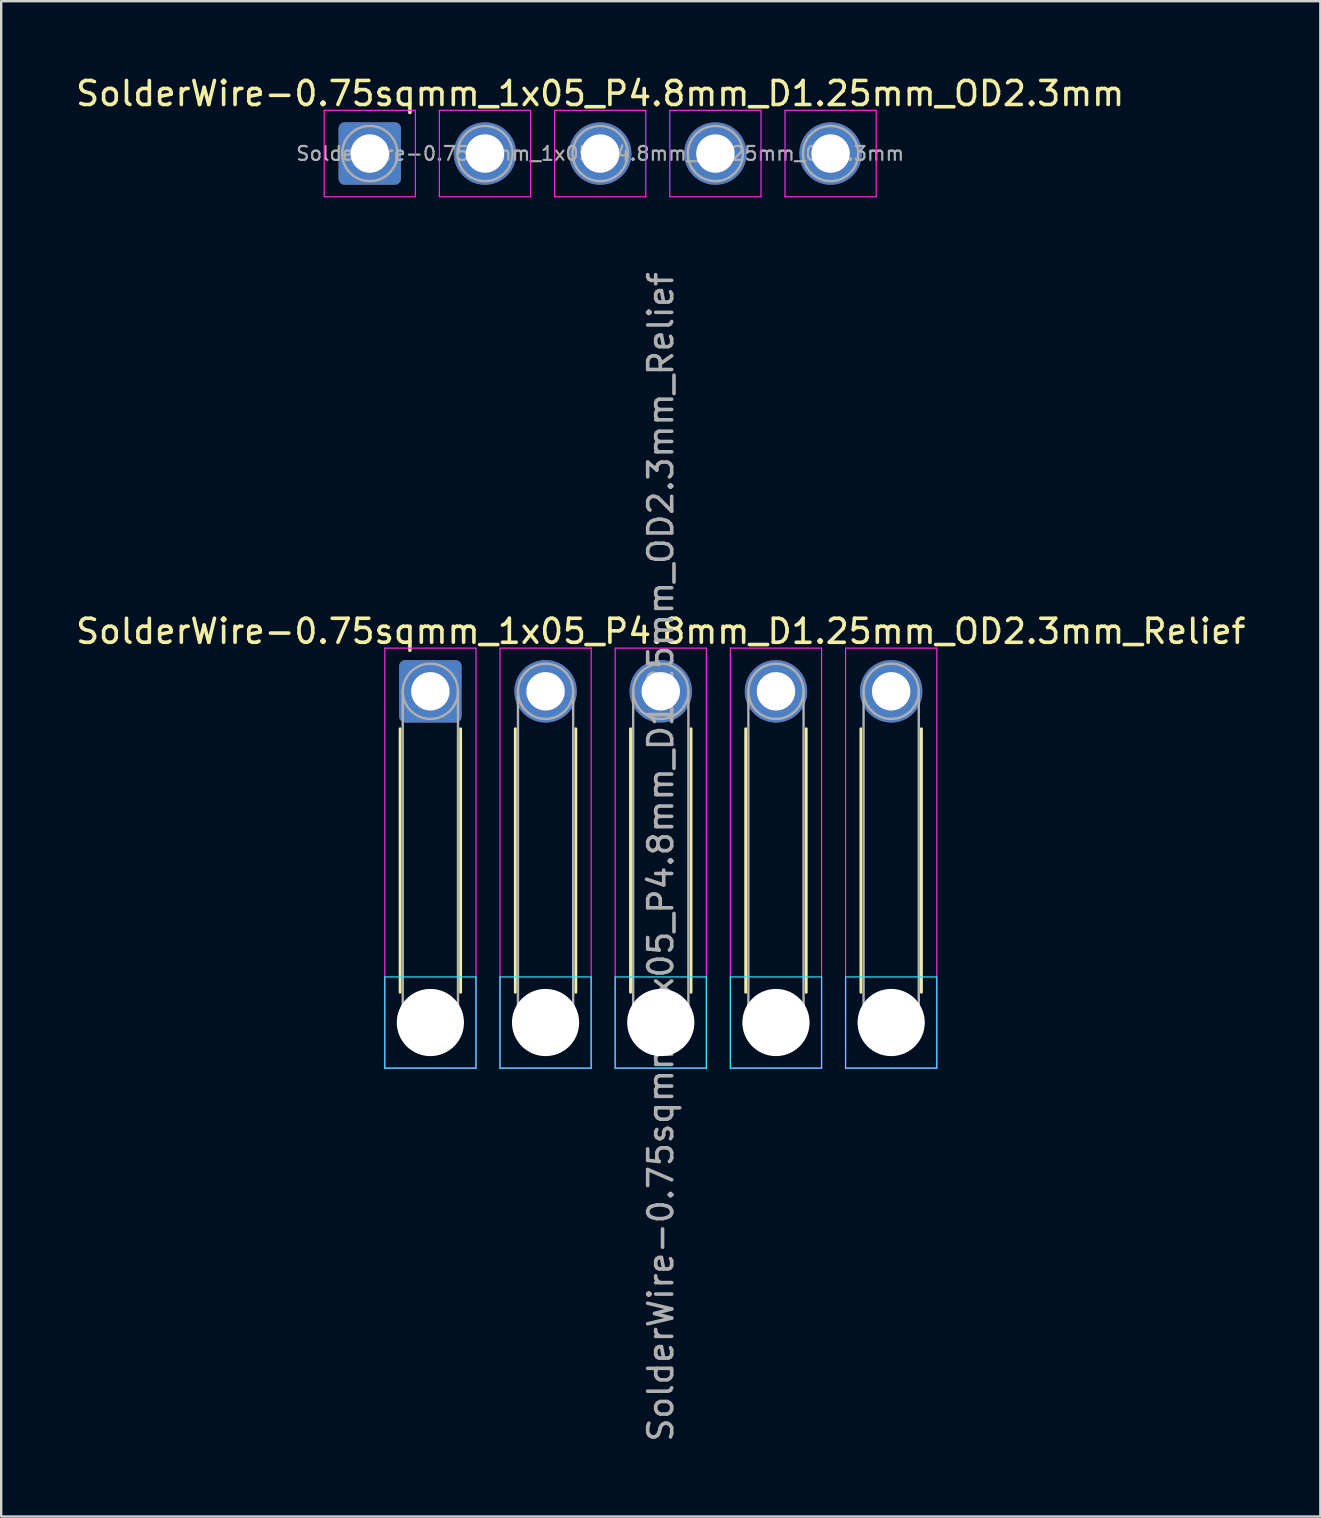
<source format=kicad_pcb>
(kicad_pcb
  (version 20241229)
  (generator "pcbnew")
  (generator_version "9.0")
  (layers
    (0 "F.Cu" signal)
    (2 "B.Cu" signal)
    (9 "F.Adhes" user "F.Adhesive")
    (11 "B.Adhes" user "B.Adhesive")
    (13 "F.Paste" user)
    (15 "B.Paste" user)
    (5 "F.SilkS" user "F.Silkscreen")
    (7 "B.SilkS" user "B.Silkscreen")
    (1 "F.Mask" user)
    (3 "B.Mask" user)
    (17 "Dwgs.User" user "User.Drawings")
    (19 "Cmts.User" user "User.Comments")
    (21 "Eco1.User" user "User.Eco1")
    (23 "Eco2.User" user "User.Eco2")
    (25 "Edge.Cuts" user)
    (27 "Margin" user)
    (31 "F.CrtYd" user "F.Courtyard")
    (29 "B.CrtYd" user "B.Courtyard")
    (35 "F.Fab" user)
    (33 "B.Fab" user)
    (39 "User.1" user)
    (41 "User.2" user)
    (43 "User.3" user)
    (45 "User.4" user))
  (footprint "SolderWire-0.75sqmm_1x05_P4.8mm_D1.25mm_OD2.3mm"
    (layer "F.Cu")
    (at 12.358 3.348)
    (property "Reference" "SolderWire-0.75sqmm_1x05_P4.8mm_D1.25mm_OD2.3mm" (at 9.6 -2.5 0) (layer "F.SilkS") (effects (font (size 1 1) (thickness 0.15))))
    (attr exclude_from_pos_files exclude_from_bom)
    (fp_line (start -1.9 -1.8) (end -1.9 1.8) (stroke (width 0.05) (type solid)) (layer "F.CrtYd"))
    (fp_line (start -1.9 1.8) (end 1.9 1.8) (stroke (width 0.05) (type solid)) (layer "F.CrtYd"))
    (fp_line (start 1.9 -1.8) (end -1.9 -1.8) (stroke (width 0.05) (type solid)) (layer "F.CrtYd"))
    (fp_line (start 1.9 1.8) (end 1.9 -1.8) (stroke (width 0.05) (type solid)) (layer "F.CrtYd"))
    (fp_line (start 2.9 -1.8) (end 2.9 1.8) (stroke (width 0.05) (type solid)) (layer "F.CrtYd"))
    (fp_line (start 2.9 1.8) (end 6.7 1.8) (stroke (width 0.05) (type solid)) (layer "F.CrtYd"))
    (fp_line (start 6.7 -1.8) (end 2.9 -1.8) (stroke (width 0.05) (type solid)) (layer "F.CrtYd"))
    (fp_line (start 6.7 1.8) (end 6.7 -1.8) (stroke (width 0.05) (type solid)) (layer "F.CrtYd"))
    (fp_line (start 7.7 -1.8) (end 7.7 1.8) (stroke (width 0.05) (type solid)) (layer "F.CrtYd"))
    (fp_line (start 7.7 1.8) (end 11.5 1.8) (stroke (width 0.05) (type solid)) (layer "F.CrtYd"))
    (fp_line (start 11.5 -1.8) (end 7.7 -1.8) (stroke (width 0.05) (type solid)) (layer "F.CrtYd"))
    (fp_line (start 11.5 1.8) (end 11.5 -1.8) (stroke (width 0.05) (type solid)) (layer "F.CrtYd"))
    (fp_line (start 12.5 -1.8) (end 12.5 1.8) (stroke (width 0.05) (type solid)) (layer "F.CrtYd"))
    (fp_line (start 12.5 1.8) (end 16.3 1.8) (stroke (width 0.05) (type solid)) (layer "F.CrtYd"))
    (fp_line (start 16.3 -1.8) (end 12.5 -1.8) (stroke (width 0.05) (type solid)) (layer "F.CrtYd"))
    (fp_line (start 16.3 1.8) (end 16.3 -1.8) (stroke (width 0.05) (type solid)) (layer "F.CrtYd"))
    (fp_line (start 17.3 -1.8) (end 17.3 1.8) (stroke (width 0.05) (type solid)) (layer "F.CrtYd"))
    (fp_line (start 17.3 1.8) (end 21.1 1.8) (stroke (width 0.05) (type solid)) (layer "F.CrtYd"))
    (fp_line (start 21.1 -1.8) (end 17.3 -1.8) (stroke (width 0.05) (type solid)) (layer "F.CrtYd"))
    (fp_line (start 21.1 1.8) (end 21.1 -1.8) (stroke (width 0.05) (type solid)) (layer "F.CrtYd"))
    (fp_circle (center 0 0) (end 1.15 0) (stroke (width 0.1) (type solid)) (fill no) (layer "F.Fab"))
    (fp_circle (center 4.8 0) (end 5.95 0) (stroke (width 0.1) (type solid)) (fill no) (layer "F.Fab"))
    (fp_circle (center 9.6 0) (end 10.75 0) (stroke (width 0.1) (type solid)) (fill no) (layer "F.Fab"))
    (fp_circle (center 14.4 0) (end 15.55 0) (stroke (width 0.1) (type solid)) (fill no) (layer "F.Fab"))
    (fp_circle (center 19.2 0) (end 20.35 0) (stroke (width 0.1) (type solid)) (fill no) (layer "F.Fab"))
    (fp_text user "${REFERENCE}" (at 9.6 0 0) (layer "F.Fab") (effects (font (size 0.58 0.58) (thickness 0.09))))
    (pad "1" thru_hole roundrect (at 0 0) (size 2.6 2.6) (drill 1.6) (layers "*.Cu" "*.Mask") (roundrect_rratio 0.096))
    (pad "2" thru_hole circle (at 4.8 0) (size 2.6 2.6) (drill 1.6) (layers "*.Cu" "*.Mask"))
    (pad "3" thru_hole circle (at 9.6 0) (size 2.6 2.6) (drill 1.6) (layers "*.Cu" "*.Mask"))
    (pad "4" thru_hole circle (at 14.4 0) (size 2.6 2.6) (drill 1.6) (layers "*.Cu" "*.Mask"))
    (pad "5" thru_hole circle (at 19.2 0) (size 2.6 2.6) (drill 1.6) (layers "*.Cu" "*.Mask")))
  (footprint "SolderWire-0.75sqmm_1x05_P4.8mm_D1.25mm_OD2.3mm_Relief"
    (layer "F.Cu")
    (at 14.882 25.755)
    (property "Reference" "SolderWire-0.75sqmm_1x05_P4.8mm_D1.25mm_OD2.3mm_Relief" (at 9.6 -2.5 0) (layer "F.SilkS") (effects (font (size 1 1) (thickness 0.15))))
    (attr exclude_from_pos_files exclude_from_bom)
    (fp_line (start -1.26 1.56) (end -1.26 12.54) (stroke (width 0.12) (type solid)) (layer "F.SilkS"))
    (fp_line (start 1.26 1.56) (end 1.26 12.54) (stroke (width 0.12) (type solid)) (layer "F.SilkS"))
    (fp_line (start 3.54 1.56) (end 3.54 12.54) (stroke (width 0.12) (type solid)) (layer "F.SilkS"))
    (fp_line (start 6.06 1.56) (end 6.06 12.54) (stroke (width 0.12) (type solid)) (layer "F.SilkS"))
    (fp_line (start 8.34 1.56) (end 8.34 12.54) (stroke (width 0.12) (type solid)) (layer "F.SilkS"))
    (fp_line (start 10.86 1.56) (end 10.86 12.54) (stroke (width 0.12) (type solid)) (layer "F.SilkS"))
    (fp_line (start 13.14 1.56) (end 13.14 12.54) (stroke (width 0.12) (type solid)) (layer "F.SilkS"))
    (fp_line (start 15.66 1.56) (end 15.66 12.54) (stroke (width 0.12) (type solid)) (layer "F.SilkS"))
    (fp_line (start 17.94 1.56) (end 17.94 12.54) (stroke (width 0.12) (type solid)) (layer "F.SilkS"))
    (fp_line (start 20.46 1.56) (end 20.46 12.54) (stroke (width 0.12) (type solid)) (layer "F.SilkS"))
    (fp_line (start -1.9 11.9) (end -1.9 15.7) (stroke (width 0.05) (type solid)) (layer "B.CrtYd"))
    (fp_line (start -1.9 15.7) (end 1.9 15.7) (stroke (width 0.05) (type solid)) (layer "B.CrtYd"))
    (fp_line (start 1.9 11.9) (end -1.9 11.9) (stroke (width 0.05) (type solid)) (layer "B.CrtYd"))
    (fp_line (start 1.9 15.7) (end 1.9 11.9) (stroke (width 0.05) (type solid)) (layer "B.CrtYd"))
    (fp_line (start 2.9 11.9) (end 2.9 15.7) (stroke (width 0.05) (type solid)) (layer "B.CrtYd"))
    (fp_line (start 2.9 15.7) (end 6.7 15.7) (stroke (width 0.05) (type solid)) (layer "B.CrtYd"))
    (fp_line (start 6.7 11.9) (end 2.9 11.9) (stroke (width 0.05) (type solid)) (layer "B.CrtYd"))
    (fp_line (start 6.7 15.7) (end 6.7 11.9) (stroke (width 0.05) (type solid)) (layer "B.CrtYd"))
    (fp_line (start 7.7 11.9) (end 7.7 15.7) (stroke (width 0.05) (type solid)) (layer "B.CrtYd"))
    (fp_line (start 7.7 15.7) (end 11.5 15.7) (stroke (width 0.05) (type solid)) (layer "B.CrtYd"))
    (fp_line (start 11.5 11.9) (end 7.7 11.9) (stroke (width 0.05) (type solid)) (layer "B.CrtYd"))
    (fp_line (start 11.5 15.7) (end 11.5 11.9) (stroke (width 0.05) (type solid)) (layer "B.CrtYd"))
    (fp_line (start 12.5 11.9) (end 12.5 15.7) (stroke (width 0.05) (type solid)) (layer "B.CrtYd"))
    (fp_line (start 12.5 15.7) (end 16.3 15.7) (stroke (width 0.05) (type solid)) (layer "B.CrtYd"))
    (fp_line (start 16.3 11.9) (end 12.5 11.9) (stroke (width 0.05) (type solid)) (layer "B.CrtYd"))
    (fp_line (start 16.3 15.7) (end 16.3 11.9) (stroke (width 0.05) (type solid)) (layer "B.CrtYd"))
    (fp_line (start 17.3 11.9) (end 17.3 15.7) (stroke (width 0.05) (type solid)) (layer "B.CrtYd"))
    (fp_line (start 17.3 15.7) (end 21.1 15.7) (stroke (width 0.05) (type solid)) (layer "B.CrtYd"))
    (fp_line (start 21.1 11.9) (end 17.3 11.9) (stroke (width 0.05) (type solid)) (layer "B.CrtYd"))
    (fp_line (start 21.1 15.7) (end 21.1 11.9) (stroke (width 0.05) (type solid)) (layer "B.CrtYd"))
    (fp_line (start -1.9 -1.8) (end -1.9 15.7) (stroke (width 0.05) (type solid)) (layer "F.CrtYd"))
    (fp_line (start -1.9 15.7) (end 1.9 15.7) (stroke (width 0.05) (type solid)) (layer "F.CrtYd"))
    (fp_line (start 1.9 -1.8) (end -1.9 -1.8) (stroke (width 0.05) (type solid)) (layer "F.CrtYd"))
    (fp_line (start 1.9 15.7) (end 1.9 -1.8) (stroke (width 0.05) (type solid)) (layer "F.CrtYd"))
    (fp_line (start 2.9 -1.8) (end 2.9 15.7) (stroke (width 0.05) (type solid)) (layer "F.CrtYd"))
    (fp_line (start 2.9 15.7) (end 6.7 15.7) (stroke (width 0.05) (type solid)) (layer "F.CrtYd"))
    (fp_line (start 6.7 -1.8) (end 2.9 -1.8) (stroke (width 0.05) (type solid)) (layer "F.CrtYd"))
    (fp_line (start 6.7 15.7) (end 6.7 -1.8) (stroke (width 0.05) (type solid)) (layer "F.CrtYd"))
    (fp_line (start 7.7 -1.8) (end 7.7 15.7) (stroke (width 0.05) (type solid)) (layer "F.CrtYd"))
    (fp_line (start 7.7 15.7) (end 11.5 15.7) (stroke (width 0.05) (type solid)) (layer "F.CrtYd"))
    (fp_line (start 11.5 -1.8) (end 7.7 -1.8) (stroke (width 0.05) (type solid)) (layer "F.CrtYd"))
    (fp_line (start 11.5 15.7) (end 11.5 -1.8) (stroke (width 0.05) (type solid)) (layer "F.CrtYd"))
    (fp_line (start 12.5 -1.8) (end 12.5 15.7) (stroke (width 0.05) (type solid)) (layer "F.CrtYd"))
    (fp_line (start 12.5 15.7) (end 16.3 15.7) (stroke (width 0.05) (type solid)) (layer "F.CrtYd"))
    (fp_line (start 16.3 -1.8) (end 12.5 -1.8) (stroke (width 0.05) (type solid)) (layer "F.CrtYd"))
    (fp_line (start 16.3 15.7) (end 16.3 -1.8) (stroke (width 0.05) (type solid)) (layer "F.CrtYd"))
    (fp_line (start 17.3 -1.8) (end 17.3 15.7) (stroke (width 0.05) (type solid)) (layer "F.CrtYd"))
    (fp_line (start 17.3 15.7) (end 21.1 15.7) (stroke (width 0.05) (type solid)) (layer "F.CrtYd"))
    (fp_line (start 21.1 -1.8) (end 17.3 -1.8) (stroke (width 0.05) (type solid)) (layer "F.CrtYd"))
    (fp_line (start 21.1 15.7) (end 21.1 -1.8) (stroke (width 0.05) (type solid)) (layer "F.CrtYd"))
    (fp_line (start -1.15 0) (end -1.15 13.8) (stroke (width 0.1) (type solid)) (layer "F.Fab"))
    (fp_line (start 1.15 0) (end 1.15 13.8) (stroke (width 0.1) (type solid)) (layer "F.Fab"))
    (fp_line (start 3.65 0) (end 3.65 13.8) (stroke (width 0.1) (type solid)) (layer "F.Fab"))
    (fp_line (start 5.95 0) (end 5.95 13.8) (stroke (width 0.1) (type solid)) (layer "F.Fab"))
    (fp_line (start 8.45 0) (end 8.45 13.8) (stroke (width 0.1) (type solid)) (layer "F.Fab"))
    (fp_line (start 10.75 0) (end 10.75 13.8) (stroke (width 0.1) (type solid)) (layer "F.Fab"))
    (fp_line (start 13.25 0) (end 13.25 13.8) (stroke (width 0.1) (type solid)) (layer "F.Fab"))
    (fp_line (start 15.55 0) (end 15.55 13.8) (stroke (width 0.1) (type solid)) (layer "F.Fab"))
    (fp_line (start 18.05 0) (end 18.05 13.8) (stroke (width 0.1) (type solid)) (layer "F.Fab"))
    (fp_line (start 20.35 0) (end 20.35 13.8) (stroke (width 0.1) (type solid)) (layer "F.Fab"))
    (fp_circle (center 0 0) (end 1.15 0) (stroke (width 0.1) (type solid)) (fill no) (layer "F.Fab"))
    (fp_circle (center 0 13.8) (end 1.15 13.8) (stroke (width 0.1) (type solid)) (fill no) (layer "F.Fab"))
    (fp_circle (center 4.8 0) (end 5.95 0) (stroke (width 0.1) (type solid)) (fill no) (layer "F.Fab"))
    (fp_circle (center 4.8 13.8) (end 5.95 13.8) (stroke (width 0.1) (type solid)) (fill no) (layer "F.Fab"))
    (fp_circle (center 9.6 0) (end 10.75 0) (stroke (width 0.1) (type solid)) (fill no) (layer "F.Fab"))
    (fp_circle (center 9.6 13.8) (end 10.75 13.8) (stroke (width 0.1) (type solid)) (fill no) (layer "F.Fab"))
    (fp_circle (center 14.4 0) (end 15.55 0) (stroke (width 0.1) (type solid)) (fill no) (layer "F.Fab"))
    (fp_circle (center 14.4 13.8) (end 15.55 13.8) (stroke (width 0.1) (type solid)) (fill no) (layer "F.Fab"))
    (fp_circle (center 19.2 0) (end 20.35 0) (stroke (width 0.1) (type solid)) (fill no) (layer "F.Fab"))
    (fp_circle (center 19.2 13.8) (end 20.35 13.8) (stroke (width 0.1) (type solid)) (fill no) (layer "F.Fab"))
    (fp_text user "${REFERENCE}" (at 9.6 6.9 90) (layer "F.Fab") (effects (font (size 1 1) (thickness 0.15))))
    (pad "" np_thru_hole circle (at 0 13.8) (size 2.8 2.8) (drill 2.8) (layers "*.Cu" "*.Mask"))
    (pad "" np_thru_hole circle (at 4.8 13.8) (size 2.8 2.8) (drill 2.8) (layers "*.Cu" "*.Mask"))
    (pad "" np_thru_hole circle (at 9.6 13.8) (size 2.8 2.8) (drill 2.8) (layers "*.Cu" "*.Mask"))
    (pad "" np_thru_hole circle (at 14.4 13.8) (size 2.8 2.8) (drill 2.8) (layers "*.Cu" "*.Mask"))
    (pad "" np_thru_hole circle (at 19.2 13.8) (size 2.8 2.8) (drill 2.8) (layers "*.Cu" "*.Mask"))
    (pad "1" thru_hole roundrect (at 0 0) (size 2.6 2.6) (drill 1.6) (layers "*.Cu" "*.Mask") (roundrect_rratio 0.096))
    (pad "2" thru_hole circle (at 4.8 0) (size 2.6 2.6) (drill 1.6) (layers "*.Cu" "*.Mask"))
    (pad "3" thru_hole circle (at 9.6 0) (size 2.6 2.6) (drill 1.6) (layers "*.Cu" "*.Mask"))
    (pad "4" thru_hole circle (at 14.4 0) (size 2.6 2.6) (drill 1.6) (layers "*.Cu" "*.Mask"))
    (pad "5" thru_hole circle (at 19.2 0) (size 2.6 2.6) (drill 1.6) (layers "*.Cu" "*.Mask")))
  (gr_rect
    (start -3 -3)
    (end 51.964 60.138)
    (stroke (width 0.1) (type default))
    (fill no)
    (layer "Edge.Cuts")))
</source>
